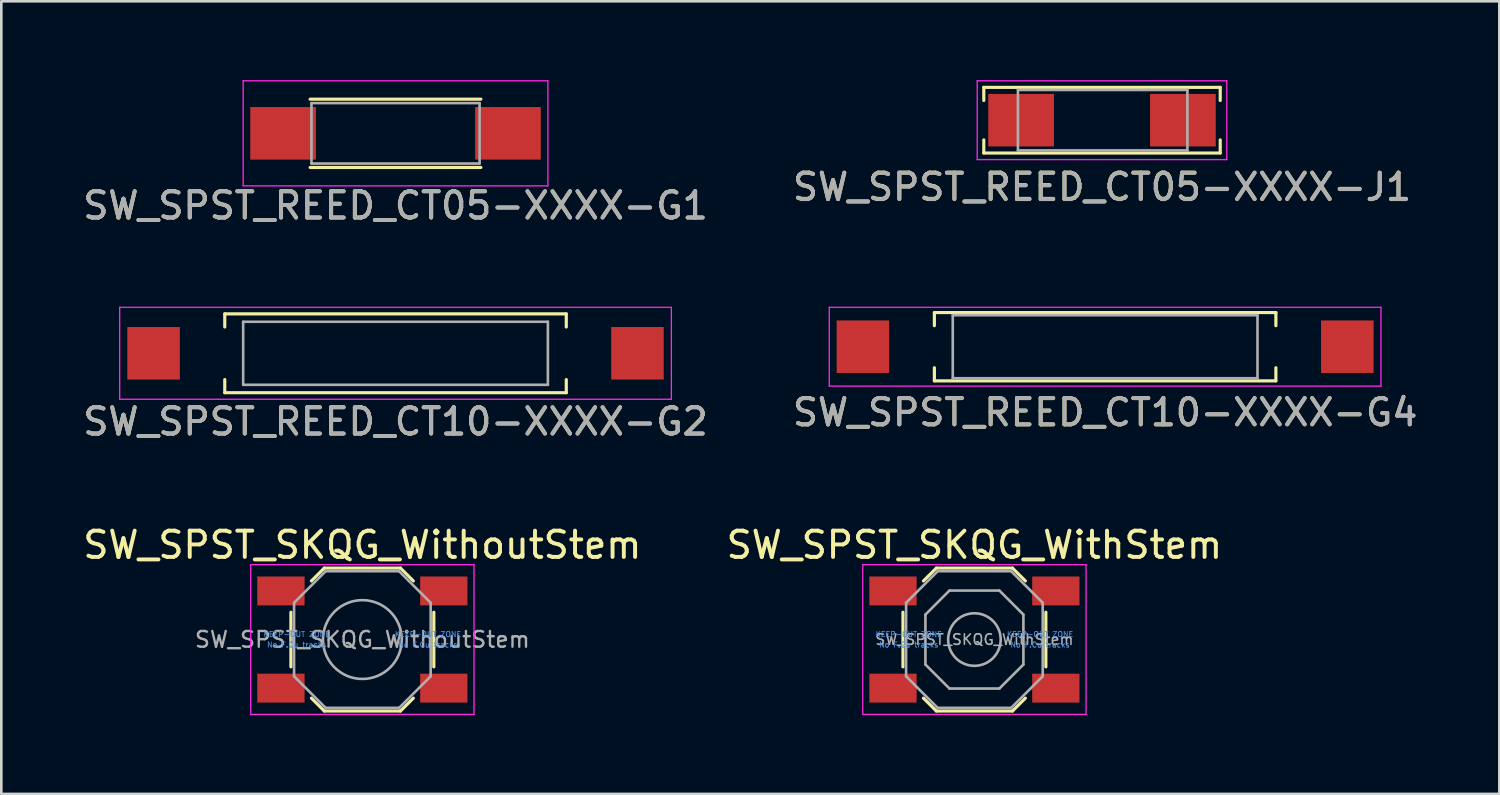
<source format=kicad_pcb>
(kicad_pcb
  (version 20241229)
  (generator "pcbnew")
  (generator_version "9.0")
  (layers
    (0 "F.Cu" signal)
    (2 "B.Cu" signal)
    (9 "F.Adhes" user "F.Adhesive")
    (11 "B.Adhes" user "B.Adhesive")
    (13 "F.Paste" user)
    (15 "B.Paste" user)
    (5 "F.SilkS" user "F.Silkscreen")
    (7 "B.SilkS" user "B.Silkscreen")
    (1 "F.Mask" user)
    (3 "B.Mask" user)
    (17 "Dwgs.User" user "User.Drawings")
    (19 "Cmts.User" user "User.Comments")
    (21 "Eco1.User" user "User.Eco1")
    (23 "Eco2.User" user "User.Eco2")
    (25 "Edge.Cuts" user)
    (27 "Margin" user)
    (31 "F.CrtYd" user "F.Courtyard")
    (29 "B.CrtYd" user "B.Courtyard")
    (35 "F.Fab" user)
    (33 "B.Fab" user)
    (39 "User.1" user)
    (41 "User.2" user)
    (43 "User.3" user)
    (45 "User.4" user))
  (footprint "SW_SPST_SKQG_WithoutStem"
    (layer "F.Cu")
    (at 10.744 21.295)
    (property "Reference" "SW_SPST_SKQG_WithoutStem" (at 0 -3.6 0) (layer "F.SilkS") (effects (font (size 1 1) (thickness 0.15))))
    (attr smd)
    (fp_line (start -2.72 1.04) (end -2.72 -1.04) (stroke (width 0.12) (type solid)) (layer "F.SilkS"))
    (fp_line (start -1.45 -2.72) (end -1.94 -2.23) (stroke (width 0.12) (type solid)) (layer "F.SilkS"))
    (fp_line (start -1.45 -2.72) (end 1.45 -2.72) (stroke (width 0.12) (type solid)) (layer "F.SilkS"))
    (fp_line (start -1.45 2.72) (end -1.94 2.23) (stroke (width 0.12) (type solid)) (layer "F.SilkS"))
    (fp_line (start -1.45 2.72) (end 1.45 2.72) (stroke (width 0.12) (type solid)) (layer "F.SilkS"))
    (fp_line (start 1.45 -2.72) (end 1.94 -2.23) (stroke (width 0.12) (type solid)) (layer "F.SilkS"))
    (fp_line (start 1.45 2.72) (end 1.94 2.23) (stroke (width 0.12) (type solid)) (layer "F.SilkS"))
    (fp_line (start 2.72 1.04) (end 2.72 -1.04) (stroke (width 0.12) (type solid)) (layer "F.SilkS"))
    (fp_line (start -4.25 -2.85) (end -4.25 2.85) (stroke (width 0.05) (type solid)) (layer "F.CrtYd"))
    (fp_line (start -4.25 2.85) (end 4.25 2.85) (stroke (width 0.05) (type solid)) (layer "F.CrtYd"))
    (fp_line (start 4.25 -2.85) (end -4.25 -2.85) (stroke (width 0.05) (type solid)) (layer "F.CrtYd"))
    (fp_line (start 4.25 2.85) (end 4.25 -2.85) (stroke (width 0.05) (type solid)) (layer "F.CrtYd"))
    (fp_line (start -2.6 -1.4) (end -1.4 -2.6) (stroke (width 0.1) (type solid)) (layer "F.Fab"))
    (fp_line (start -2.6 1.4) (end -2.6 -1.4) (stroke (width 0.1) (type solid)) (layer "F.Fab"))
    (fp_line (start -1.4 -2.6) (end 1.4 -2.6) (stroke (width 0.1) (type solid)) (layer "F.Fab"))
    (fp_line (start -1.4 2.6) (end -2.6 1.4) (stroke (width 0.1) (type solid)) (layer "F.Fab"))
    (fp_line (start 1.4 -2.6) (end 2.6 -1.4) (stroke (width 0.1) (type solid)) (layer "F.Fab"))
    (fp_line (start 1.4 2.6) (end -1.4 2.6) (stroke (width 0.1) (type solid)) (layer "F.Fab"))
    (fp_line (start 2.6 -1.4) (end 2.6 1.4) (stroke (width 0.1) (type solid)) (layer "F.Fab"))
    (fp_line (start 2.6 1.4) (end 1.4 2.6) (stroke (width 0.1) (type solid)) (layer "F.Fab"))
    (fp_circle (center 0 0) (end 1.5 0) (stroke (width 0.1) (type solid)) (fill no) (layer "F.Fab"))
    (fp_text user "No F.Cu tracks" (at 2.5 0.2 0) (layer "Cmts.User") (effects (font (size 0.2 0.2) (thickness 0.03))))
    (fp_text user "KEEP-OUT ZONE" (at -2.5 -0.2 0) (layer "Cmts.User") (effects (font (size 0.2 0.2) (thickness 0.03))))
    (fp_text user "KEEP-OUT ZONE" (at 2.5 -0.2 0) (layer "Cmts.User") (effects (font (size 0.2 0.2) (thickness 0.03))))
    (fp_text user "No F.Cu tracks" (at -2.5 0.2 0) (layer "Cmts.User") (effects (font (size 0.2 0.2) (thickness 0.03))))
    (fp_text user "${REFERENCE}" (at 0 0 0) (layer "F.Fab") (effects (font (size 0.6 0.6) (thickness 0.09))))
    (pad "1" smd rect (at -3.1 -1.85) (size 1.8 1.1) (layers "F.Cu" "F.Mask" "F.Paste"))
    (pad "1" smd rect (at 3.1 -1.85) (size 1.8 1.1) (layers "F.Cu" "F.Mask" "F.Paste"))
    (pad "2" smd rect (at -3.1 1.85) (size 1.8 1.1) (layers "F.Cu" "F.Mask" "F.Paste"))
    (pad "2" smd rect (at 3.1 1.85) (size 1.8 1.1) (layers "F.Cu" "F.Mask" "F.Paste"))
    (zone (net_name "") (layer "F.Cu") (hatch full 0.508) (connect_pads) (min_thickness 0.254) (filled_areas_thickness no) (keepout (tracks not_allowed) (vias not_allowed) (pads not_allowed) (copperpour not_allowed) (footprints not_allowed)) (placement (enabled no)) (fill) (polygon (pts (xy 6.744 19.995) (xy 9.744 19.995) (xy 9.744 22.595) (xy 6.744 22.595))))
    (zone (net_name "") (layer "F.Cu") (hatch full 0.508) (connect_pads) (min_thickness 0.254) (filled_areas_thickness no) (keepout (tracks not_allowed) (vias not_allowed) (pads not_allowed) (copperpour not_allowed) (footprints not_allowed)) (placement (enabled no)) (fill) (polygon (pts (xy 11.744 19.995) (xy 14.744 19.995) (xy 14.744 22.595) (xy 11.744 22.595)))))
  (footprint "SW_SPST_REED_CT10-XXXX-G2"
    (layer "F.Cu")
    (at 12.006 10.398)
    (property "Reference" "SW_SPST_REED_CT10-XXXX-G2" (at 0 2.6 0) (layer "F.SilkS") (effects (font (size 1 1) (thickness 0.15))))
    (attr smd)
    (fp_line (start -6.5 -1.5) (end -6.5 -1) (stroke (width 0.12) (type solid)) (layer "F.SilkS"))
    (fp_line (start -6.5 1) (end -6.5 1.5) (stroke (width 0.12) (type solid)) (layer "F.SilkS"))
    (fp_line (start -6.5 1.5) (end 6.5 1.5) (stroke (width 0.12) (type solid)) (layer "F.SilkS"))
    (fp_line (start 6.5 -1.5) (end -6.5 -1.5) (stroke (width 0.12) (type solid)) (layer "F.SilkS"))
    (fp_line (start 6.5 -1) (end 6.5 -1.5) (stroke (width 0.12) (type solid)) (layer "F.SilkS"))
    (fp_line (start 6.5 1.5) (end 6.5 1) (stroke (width 0.12) (type solid)) (layer "F.SilkS"))
    (fp_line (start -10.5 -1.75) (end -10.5 1.75) (stroke (width 0.05) (type solid)) (layer "F.CrtYd"))
    (fp_line (start -10.5 1.75) (end 10.5 1.75) (stroke (width 0.05) (type solid)) (layer "F.CrtYd"))
    (fp_line (start 10.5 -1.75) (end -10.5 -1.75) (stroke (width 0.05) (type solid)) (layer "F.CrtYd"))
    (fp_line (start 10.5 1.75) (end 10.5 -1.75) (stroke (width 0.05) (type solid)) (layer "F.CrtYd"))
    (fp_line (start -5.8 -1.2) (end -5.8 1.2) (stroke (width 0.1) (type solid)) (layer "F.Fab"))
    (fp_line (start -5.8 1.2) (end 5.8 1.2) (stroke (width 0.1) (type solid)) (layer "F.Fab"))
    (fp_line (start 5.8 -1.2) (end -5.8 -1.2) (stroke (width 0.1) (type solid)) (layer "F.Fab"))
    (fp_line (start 5.8 1.2) (end 5.8 -1.2) (stroke (width 0.1) (type solid)) (layer "F.Fab"))
    (fp_text user "${REFERENCE}" (at 0 2.6 0) (layer "F.Fab") (effects (font (size 1 1) (thickness 0.15))))
    (pad "1" smd rect (at -9.21 0) (size 2 2) (layers "F.Cu" "F.Mask" "F.Paste"))
    (pad "2" smd rect (at 9.21 0) (size 2 2) (layers "F.Cu" "F.Mask" "F.Paste")))
  (footprint "SW_SPST_SKQG_WithStem"
    (layer "F.Cu")
    (at 34.042 21.295)
    (property "Reference" "SW_SPST_SKQG_WithStem" (at 0 -3.6 0) (layer "F.SilkS") (effects (font (size 1 1) (thickness 0.15))))
    (attr smd)
    (fp_line (start -2.72 1.04) (end -2.72 -1.04) (stroke (width 0.12) (type solid)) (layer "F.SilkS"))
    (fp_line (start -1.45 -2.72) (end -1.94 -2.23) (stroke (width 0.12) (type solid)) (layer "F.SilkS"))
    (fp_line (start -1.45 -2.72) (end 1.45 -2.72) (stroke (width 0.12) (type solid)) (layer "F.SilkS"))
    (fp_line (start -1.45 2.72) (end -1.94 2.23) (stroke (width 0.12) (type solid)) (layer "F.SilkS"))
    (fp_line (start -1.45 2.72) (end 1.45 2.72) (stroke (width 0.12) (type solid)) (layer "F.SilkS"))
    (fp_line (start 1.45 -2.72) (end 1.94 -2.23) (stroke (width 0.12) (type solid)) (layer "F.SilkS"))
    (fp_line (start 1.45 2.72) (end 1.94 2.23) (stroke (width 0.12) (type solid)) (layer "F.SilkS"))
    (fp_line (start 2.72 1.04) (end 2.72 -1.04) (stroke (width 0.12) (type solid)) (layer "F.SilkS"))
    (fp_line (start -4.25 -2.85) (end -4.25 2.85) (stroke (width 0.05) (type solid)) (layer "F.CrtYd"))
    (fp_line (start -4.25 2.85) (end 4.25 2.85) (stroke (width 0.05) (type solid)) (layer "F.CrtYd"))
    (fp_line (start 4.25 -2.85) (end -4.25 -2.85) (stroke (width 0.05) (type solid)) (layer "F.CrtYd"))
    (fp_line (start 4.25 2.85) (end 4.25 -2.85) (stroke (width 0.05) (type solid)) (layer "F.CrtYd"))
    (fp_line (start -2.6 -1.4) (end -1.4 -2.6) (stroke (width 0.1) (type solid)) (layer "F.Fab"))
    (fp_line (start -2.6 1.4) (end -2.6 -1.4) (stroke (width 0.1) (type solid)) (layer "F.Fab"))
    (fp_line (start -1.865 0.95) (end -1.865 -0.95) (stroke (width 0.1) (type solid)) (layer "F.Fab"))
    (fp_line (start -1.4 -2.6) (end 1.4 -2.6) (stroke (width 0.1) (type solid)) (layer "F.Fab"))
    (fp_line (start -1.4 2.6) (end -2.6 1.4) (stroke (width 0.1) (type solid)) (layer "F.Fab"))
    (fp_line (start -0.95 -1.865) (end -1.865 -0.95) (stroke (width 0.1) (type solid)) (layer "F.Fab"))
    (fp_line (start -0.95 -1.865) (end 0.95 -1.865) (stroke (width 0.1) (type solid)) (layer "F.Fab"))
    (fp_line (start -0.95 1.865) (end -1.865 0.95) (stroke (width 0.1) (type solid)) (layer "F.Fab"))
    (fp_line (start 0.95 -1.865) (end 1.865 -0.95) (stroke (width 0.1) (type solid)) (layer "F.Fab"))
    (fp_line (start 0.95 1.865) (end -0.95 1.865) (stroke (width 0.1) (type solid)) (layer "F.Fab"))
    (fp_line (start 0.95 1.865) (end 1.865 0.95) (stroke (width 0.1) (type solid)) (layer "F.Fab"))
    (fp_line (start 1.4 -2.6) (end 2.6 -1.4) (stroke (width 0.1) (type solid)) (layer "F.Fab"))
    (fp_line (start 1.4 2.6) (end -1.4 2.6) (stroke (width 0.1) (type solid)) (layer "F.Fab"))
    (fp_line (start 1.865 -0.95) (end 1.865 0.95) (stroke (width 0.1) (type solid)) (layer "F.Fab"))
    (fp_line (start 2.6 -1.4) (end 2.6 1.4) (stroke (width 0.1) (type solid)) (layer "F.Fab"))
    (fp_line (start 2.6 1.4) (end 1.4 2.6) (stroke (width 0.1) (type solid)) (layer "F.Fab"))
    (fp_circle (center 0 0) (end 1 0) (stroke (width 0.1) (type solid)) (fill no) (layer "F.Fab"))
    (fp_text user "No F.Cu tracks" (at -2.5 0.2 0) (layer "Cmts.User") (effects (font (size 0.2 0.2) (thickness 0.03))))
    (fp_text user "KEEP-OUT ZONE" (at 2.5 -0.2 0) (layer "Cmts.User") (effects (font (size 0.2 0.2) (thickness 0.03))))
    (fp_text user "KEEP-OUT ZONE" (at -2.5 -0.2 0) (layer "Cmts.User") (effects (font (size 0.2 0.2) (thickness 0.03))))
    (fp_text user "No F.Cu tracks" (at 2.5 0.2 0) (layer "Cmts.User") (effects (font (size 0.2 0.2) (thickness 0.03))))
    (fp_text user "${REFERENCE}" (at 0 0 0) (layer "F.Fab") (effects (font (size 0.4 0.4) (thickness 0.06))))
    (pad "1" smd rect (at -3.1 -1.85) (size 1.8 1.1) (layers "F.Cu" "F.Mask" "F.Paste"))
    (pad "1" smd rect (at 3.1 -1.85) (size 1.8 1.1) (layers "F.Cu" "F.Mask" "F.Paste"))
    (pad "2" smd rect (at -3.1 1.85) (size 1.8 1.1) (layers "F.Cu" "F.Mask" "F.Paste"))
    (pad "2" smd rect (at 3.1 1.85) (size 1.8 1.1) (layers "F.Cu" "F.Mask" "F.Paste"))
    (zone (net_name "") (layer "F.Cu") (hatch full 0.508) (connect_pads) (min_thickness 0.254) (filled_areas_thickness no) (keepout (tracks not_allowed) (vias not_allowed) (pads not_allowed) (copperpour not_allowed) (footprints not_allowed)) (placement (enabled no)) (fill) (polygon (pts (xy 30.042 19.995) (xy 33.042 19.995) (xy 33.042 22.595) (xy 30.042 22.595))))
    (zone (net_name "") (layer "F.Cu") (hatch full 0.508) (connect_pads) (min_thickness 0.254) (filled_areas_thickness no) (keepout (tracks not_allowed) (vias not_allowed) (pads not_allowed) (copperpour not_allowed) (footprints not_allowed)) (placement (enabled no)) (fill) (polygon (pts (xy 35.042 19.995) (xy 38.042 19.995) (xy 38.042 22.595) (xy 35.042 22.595)))))
  (footprint "SW_SPST_REED_CT05-XXXX-G1"
    (layer "F.Cu")
    (at 12.006 2.025)
    (property "Reference" "SW_SPST_REED_CT05-XXXX-G1" (at 0 2.75 0) (layer "F.SilkS") (effects (font (size 1 1) (thickness 0.15))))
    (attr smd)
    (fp_line (start -3.25 -1.3) (end 3.25 -1.3) (stroke (width 0.12) (type solid)) (layer "F.SilkS"))
    (fp_line (start 3.25 1.3) (end -3.25 1.3) (stroke (width 0.12) (type solid)) (layer "F.SilkS"))
    (fp_line (start -5.8 -2) (end 5.8 -2) (stroke (width 0.05) (type solid)) (layer "F.CrtYd"))
    (fp_line (start -5.8 2) (end -5.8 -2) (stroke (width 0.05) (type solid)) (layer "F.CrtYd"))
    (fp_line (start 5.8 -2) (end 5.8 2) (stroke (width 0.05) (type solid)) (layer "F.CrtYd"))
    (fp_line (start 5.8 2) (end -5.8 2) (stroke (width 0.05) (type solid)) (layer "F.CrtYd"))
    (fp_line (start -3.2 -1.15) (end -3.2 1.15) (stroke (width 0.1) (type solid)) (layer "F.Fab"))
    (fp_line (start -3.2 1.15) (end 3.2 1.15) (stroke (width 0.1) (type solid)) (layer "F.Fab"))
    (fp_line (start 3.2 -1.15) (end -3.2 -1.15) (stroke (width 0.1) (type solid)) (layer "F.Fab"))
    (fp_line (start 3.2 1.15) (end 3.2 -1.15) (stroke (width 0.1) (type solid)) (layer "F.Fab"))
    (fp_text user "${REFERENCE}" (at 0 2.75 0) (layer "F.Fab") (effects (font (size 1 1) (thickness 0.15))))
    (pad "1" smd rect (at -4.28 0) (size 2.5 2) (layers "F.Cu" "F.Mask" "F.Paste"))
    (pad "2" smd rect (at 4.28 0) (size 2.5 2) (layers "F.Cu" "F.Mask" "F.Paste")))
  (footprint "SW_SPST_REED_CT10-XXXX-G4"
    (layer "F.Cu")
    (at 39.018 10.148)
    (property "Reference" "SW_SPST_REED_CT10-XXXX-G4" (at 0 2.5 0) (layer "F.SilkS") (effects (font (size 1 1) (thickness 0.15))))
    (attr smd)
    (fp_line (start -6.5 -1.3) (end -6.5 -0.8) (stroke (width 0.12) (type solid)) (layer "F.SilkS"))
    (fp_line (start -6.5 0.8) (end -6.5 1.3) (stroke (width 0.12) (type solid)) (layer "F.SilkS"))
    (fp_line (start -6.5 1.3) (end 6.5 1.3) (stroke (width 0.12) (type solid)) (layer "F.SilkS"))
    (fp_line (start 6.5 -1.3) (end -6.5 -1.3) (stroke (width 0.12) (type solid)) (layer "F.SilkS"))
    (fp_line (start 6.5 -0.8) (end 6.5 -1.3) (stroke (width 0.12) (type solid)) (layer "F.SilkS"))
    (fp_line (start 6.5 1.3) (end 6.5 0.8) (stroke (width 0.12) (type solid)) (layer "F.SilkS"))
    (fp_line (start -10.5 1.5) (end -10.5 -1.5) (stroke (width 0.05) (type solid)) (layer "F.CrtYd"))
    (fp_line (start -10.5 1.5) (end 10.5 1.5) (stroke (width 0.05) (type solid)) (layer "F.CrtYd"))
    (fp_line (start 10.5 -1.5) (end -10.5 -1.5) (stroke (width 0.05) (type solid)) (layer "F.CrtYd"))
    (fp_line (start 10.5 -1.5) (end 10.5 1.5) (stroke (width 0.05) (type solid)) (layer "F.CrtYd"))
    (fp_line (start -5.8 -1.2) (end 5.8 -1.2) (stroke (width 0.1) (type solid)) (layer "F.Fab"))
    (fp_line (start -5.8 1.2) (end -5.8 -1.2) (stroke (width 0.1) (type solid)) (layer "F.Fab"))
    (fp_line (start 5.8 -1.2) (end 5.8 1.2) (stroke (width 0.1) (type solid)) (layer "F.Fab"))
    (fp_line (start 5.8 1.2) (end -5.8 1.2) (stroke (width 0.1) (type solid)) (layer "F.Fab"))
    (fp_text user "${REFERENCE}" (at 0 2.5 0) (layer "F.Fab") (effects (font (size 1 1) (thickness 0.15))))
    (pad "1" smd rect (at -9.22 0) (size 2 2) (layers "F.Cu" "F.Mask" "F.Paste"))
    (pad "2" smd rect (at 9.22 0) (size 2 2) (layers "F.Cu" "F.Mask" "F.Paste")))
  (footprint "SW_SPST_REED_CT05-XXXX-J1"
    (layer "F.Cu")
    (at 38.899 1.525)
    (property "Reference" "SW_SPST_REED_CT05-XXXX-J1" (at 0 2.54 0) (layer "F.SilkS") (effects (font (size 1 1) (thickness 0.15))))
    (attr smd)
    (fp_line (start -4.5 -1.25) (end -4.5 -0.75) (stroke (width 0.12) (type solid)) (layer "F.SilkS"))
    (fp_line (start -4.5 0.75) (end -4.5 1.25) (stroke (width 0.12) (type solid)) (layer "F.SilkS"))
    (fp_line (start -4.5 1.25) (end 4.5 1.25) (stroke (width 0.12) (type solid)) (layer "F.SilkS"))
    (fp_line (start 4.5 -1.25) (end -4.5 -1.25) (stroke (width 0.12) (type solid)) (layer "F.SilkS"))
    (fp_line (start 4.5 -0.75) (end 4.5 -1.25) (stroke (width 0.12) (type solid)) (layer "F.SilkS"))
    (fp_line (start 4.5 1.25) (end 4.5 0.75) (stroke (width 0.12) (type solid)) (layer "F.SilkS"))
    (fp_line (start -4.75 -1.5) (end -4.75 1.5) (stroke (width 0.05) (type solid)) (layer "F.CrtYd"))
    (fp_line (start -4.75 1.5) (end 4.75 1.5) (stroke (width 0.05) (type solid)) (layer "F.CrtYd"))
    (fp_line (start 4.75 -1.5) (end -4.75 -1.5) (stroke (width 0.05) (type solid)) (layer "F.CrtYd"))
    (fp_line (start 4.75 1.5) (end 4.75 -1.5) (stroke (width 0.05) (type solid)) (layer "F.CrtYd"))
    (fp_line (start -3.2 -1.15) (end 3.25 -1.15) (stroke (width 0.1) (type solid)) (layer "F.Fab"))
    (fp_line (start -3.2 1.15) (end -3.2 -1.15) (stroke (width 0.1) (type solid)) (layer "F.Fab"))
    (fp_line (start 3.25 -1.15) (end 3.25 1.15) (stroke (width 0.1) (type solid)) (layer "F.Fab"))
    (fp_line (start 3.25 1.15) (end -3.2 1.15) (stroke (width 0.1) (type solid)) (layer "F.Fab"))
    (fp_text user "${REFERENCE}" (at 0 2.55 0) (layer "F.Fab") (effects (font (size 1 1) (thickness 0.15))))
    (pad "1" smd rect (at -3.08 0) (size 2.5 2) (layers "F.Cu" "F.Mask" "F.Paste"))
    (pad "2" smd rect (at 3.08 0) (size 2.5 2) (layers "F.Cu" "F.Mask" "F.Paste")))
  (gr_rect
    (start -3 -3)
    (end 54.024 27.17)
    (stroke (width 0.1) (type default))
    (fill no)
    (layer "Edge.Cuts")))
</source>
